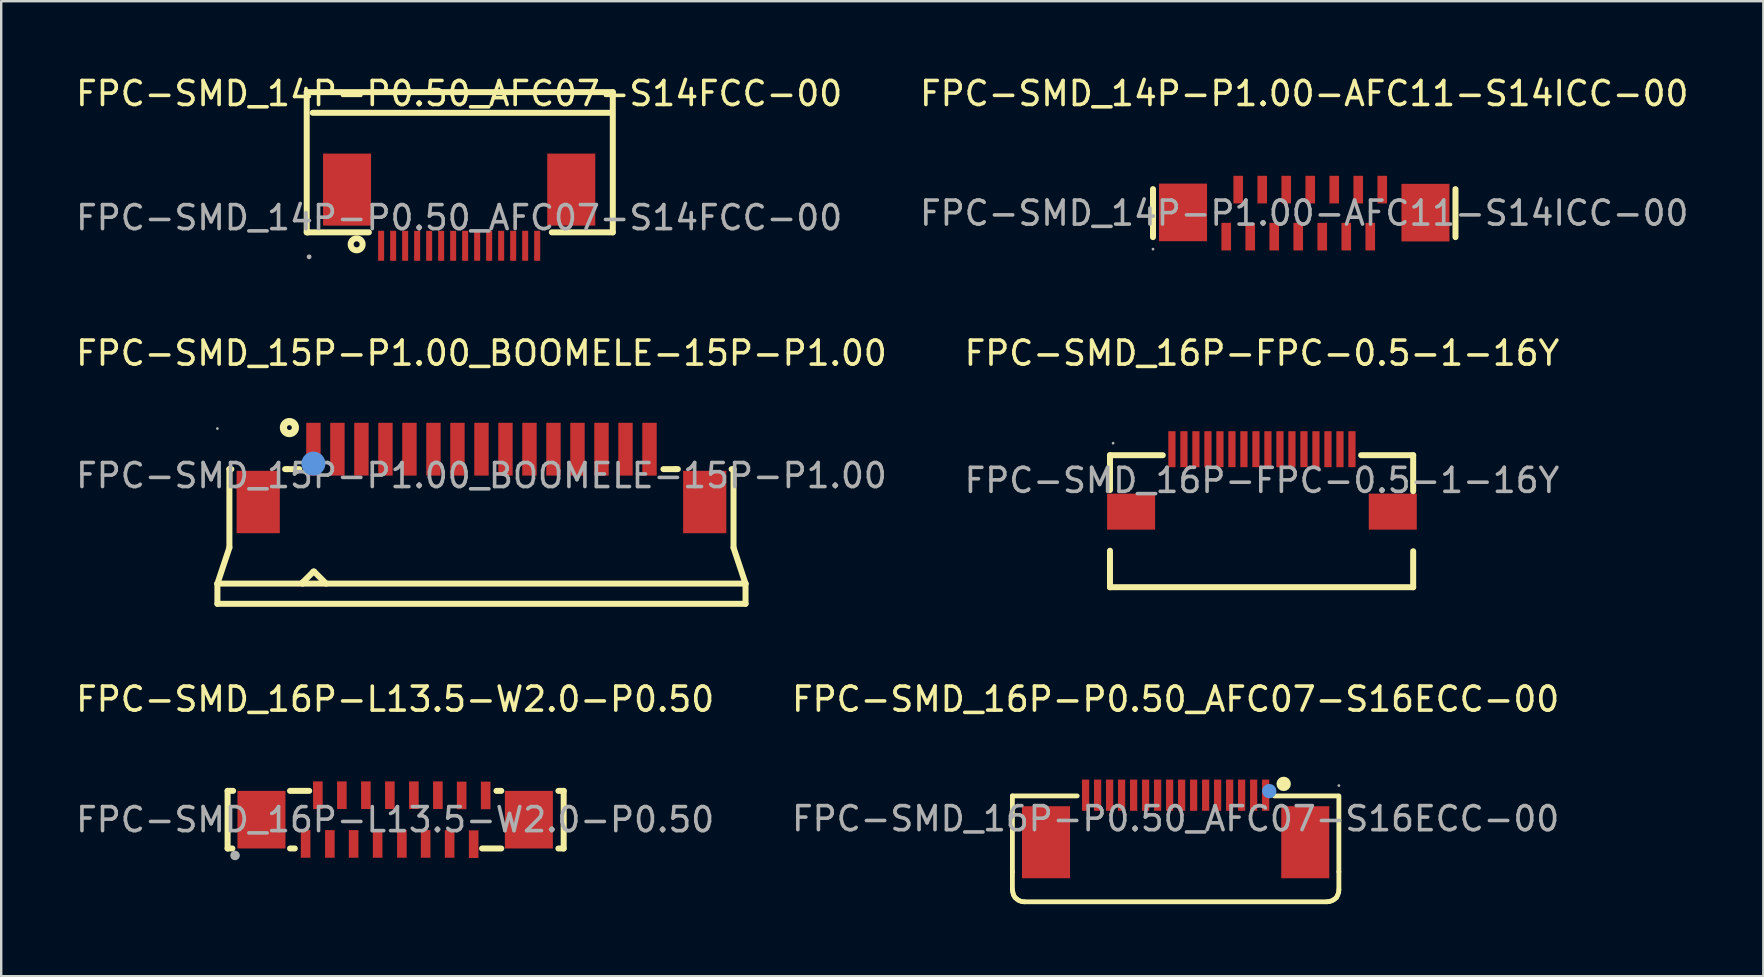
<source format=kicad_pcb>
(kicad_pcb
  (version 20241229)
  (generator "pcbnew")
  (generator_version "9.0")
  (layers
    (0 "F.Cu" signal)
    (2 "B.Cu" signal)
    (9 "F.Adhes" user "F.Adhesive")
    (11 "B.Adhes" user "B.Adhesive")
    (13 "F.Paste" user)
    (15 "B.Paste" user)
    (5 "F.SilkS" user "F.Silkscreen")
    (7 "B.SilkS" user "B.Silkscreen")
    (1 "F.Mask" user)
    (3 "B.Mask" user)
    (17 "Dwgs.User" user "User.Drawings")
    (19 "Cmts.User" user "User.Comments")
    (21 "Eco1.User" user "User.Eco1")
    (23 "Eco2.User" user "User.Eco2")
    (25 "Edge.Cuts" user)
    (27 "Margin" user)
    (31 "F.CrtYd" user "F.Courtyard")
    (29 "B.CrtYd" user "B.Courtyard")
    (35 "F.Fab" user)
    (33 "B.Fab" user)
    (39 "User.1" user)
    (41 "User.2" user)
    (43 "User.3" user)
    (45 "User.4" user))
  (footprint "FPC-SMD_16P-L13.5-W2.0-P0.50"
    (layer "F.Cu")
    (at 13.411 31.095)
    (property "Reference" "FPC-SMD_16P-L13.5-W2.0-P0.50" (at 0 -5.02 0) (layer "F.SilkS") (effects (font (size 1 1) (thickness 0.15))))
    (attr through_hole)
    (fp_line (start -6.98 -1.2) (end -6.75 -1.2) (stroke (width 0.25) (type solid)) (layer "F.SilkS"))
    (fp_line (start -6.98 1.2) (end -6.98 -1.2) (stroke (width 0.25) (type solid)) (layer "F.SilkS"))
    (fp_line (start -6.78 1.2) (end -6.98 1.2) (stroke (width 0.25) (type solid)) (layer "F.SilkS"))
    (fp_line (start -4.18 1.2) (end -4.38 1.2) (stroke (width 0.25) (type solid)) (layer "F.SilkS"))
    (fp_line (start -3.58 -1.2) (end -4.38 -1.2) (stroke (width 0.25) (type solid)) (layer "F.SilkS"))
    (fp_line (start 4.22 -1.2) (end 4.42 -1.2) (stroke (width 0.25) (type solid)) (layer "F.SilkS"))
    (fp_line (start 4.42 1.2) (end 3.62 1.2) (stroke (width 0.25) (type solid)) (layer "F.SilkS"))
    (fp_line (start 6.8 1.2) (end 7.02 1.2) (stroke (width 0.25) (type solid)) (layer "F.SilkS"))
    (fp_line (start 7.02 -1.2) (end 6.8 -1.2) (stroke (width 0.25) (type solid)) (layer "F.SilkS"))
    (fp_line (start 7.02 1.2) (end 7.02 -1.2) (stroke (width 0.25) (type solid)) (layer "F.SilkS"))
    (fp_circle (center -6.67 1.49) (end -6.57 1.49) (stroke (width 0.2) (type solid)) (fill no) (layer "F.Fab"))
    (fp_text user "${REFERENCE}" (at 0 0 0) (layer "F.Fab") (effects (font (size 1 1) (thickness 0.15))))
    (pad "1" smd rect (at -3.73 1.01) (size 0.4 1.15) (layers "F.Cu" "F.Mask" "F.Paste"))
    (pad "2" smd rect (at -3.22 -1.02) (size 0.4 1.15) (layers "F.Cu" "F.Mask" "F.Paste"))
    (pad "3" smd rect (at -2.72 1.01) (size 0.4 1.15) (layers "F.Cu" "F.Mask" "F.Paste"))
    (pad "4" smd rect (at -2.22 -1.02) (size 0.4 1.15) (layers "F.Cu" "F.Mask" "F.Paste"))
    (pad "5" smd rect (at -1.73 1.01) (size 0.4 1.15) (layers "F.Cu" "F.Mask" "F.Paste"))
    (pad "6" smd rect (at -1.22 -1.02) (size 0.4 1.15) (layers "F.Cu" "F.Mask" "F.Paste"))
    (pad "7" smd rect (at -0.73 1.01) (size 0.4 1.15) (layers "F.Cu" "F.Mask" "F.Paste"))
    (pad "8" smd rect (at -0.22 -1.02) (size 0.4 1.15) (layers "F.Cu" "F.Mask" "F.Paste"))
    (pad "9" smd rect (at 0.28 1.01) (size 0.4 1.15) (layers "F.Cu" "F.Mask" "F.Paste"))
    (pad "10" smd rect (at 0.78 -1.02) (size 0.4 1.15) (layers "F.Cu" "F.Mask" "F.Paste"))
    (pad "11" smd rect (at 1.27 1.01) (size 0.4 1.15) (layers "F.Cu" "F.Mask" "F.Paste"))
    (pad "12" smd rect (at 1.78 -1.02) (size 0.4 1.15) (layers "F.Cu" "F.Mask" "F.Paste"))
    (pad "13" smd rect (at 2.27 1.01) (size 0.4 1.15) (layers "F.Cu" "F.Mask" "F.Paste"))
    (pad "14" smd rect (at 2.77 -1.01) (size 0.4 1.15) (layers "F.Cu" "F.Mask" "F.Paste"))
    (pad "15" smd rect (at 3.27 1.02) (size 0.4 1.15) (layers "F.Cu" "F.Mask" "F.Paste"))
    (pad "16" smd rect (at 3.77 -1.01) (size 0.4 1.15) (layers "F.Cu" "F.Mask" "F.Paste"))
    (pad "17" smd rect (at 5.57 0) (size 2 2.4) (layers "F.Cu" "F.Mask" "F.Paste"))
    (pad "18" smd rect (at -5.57 0) (size 2 2.4) (layers "F.Cu" "F.Mask" "F.Paste")))
  (footprint "FPC-SMD_15P-P1.00_BOOMELE-15P-P1.00"
    (layer "F.Cu")
    (at 17.006 16.762)
    (property "Reference" "FPC-SMD_15P-P1.00_BOOMELE-15P-P1.00" (at 0 -5.1 0) (layer "F.SilkS") (effects (font (size 1 1) (thickness 0.15))))
    (attr through_hole)
    (fp_line (start -11 4.5) (end -10.5 3) (stroke (width 0.25) (type solid)) (layer "F.SilkS"))
    (fp_line (start -11 5.34) (end -11 4.5) (stroke (width 0.25) (type solid)) (layer "F.SilkS"))
    (fp_line (start -11 5.34) (end 11 5.34) (stroke (width 0.25) (type solid)) (layer "F.SilkS"))
    (fp_line (start -10.5 -0.27) (end -10.42 -0.27) (stroke (width 0.25) (type solid)) (layer "F.SilkS"))
    (fp_line (start -10.5 3) (end -10.5 -0.27) (stroke (width 0.25) (type solid)) (layer "F.SilkS"))
    (fp_line (start -8.18 -0.27) (end -8.09 -0.27) (stroke (width 0.25) (type solid)) (layer "F.SilkS"))
    (fp_line (start -8.09 -0.27) (end -7.59 -0.27) (stroke (width 0.25) (type solid)) (layer "F.SilkS"))
    (fp_line (start -7.45 4.45) (end -7 4) (stroke (width 0.25) (type solid)) (layer "F.SilkS"))
    (fp_line (start -7.45 4.5) (end -7.45 4.45) (stroke (width 0.25) (type solid)) (layer "F.SilkS"))
    (fp_line (start -7 4) (end -6.97 4) (stroke (width 0.25) (type solid)) (layer "F.SilkS"))
    (fp_line (start -6.97 4) (end -6.47 4.5) (stroke (width 0.25) (type solid)) (layer "F.SilkS"))
    (fp_line (start 7.58 -0.27) (end 8.08 -0.27) (stroke (width 0.25) (type solid)) (layer "F.SilkS"))
    (fp_line (start 8.18 -0.27) (end 8.08 -0.27) (stroke (width 0.25) (type solid)) (layer "F.SilkS"))
    (fp_line (start 10.5 -0.27) (end 10.42 -0.27) (stroke (width 0.25) (type solid)) (layer "F.SilkS"))
    (fp_line (start 10.5 3) (end 10.5 -0.27) (stroke (width 0.25) (type solid)) (layer "F.SilkS"))
    (fp_line (start 11 4.5) (end -11 4.5) (stroke (width 0.25) (type solid)) (layer "F.SilkS"))
    (fp_line (start 11 4.5) (end 10.5 3) (stroke (width 0.25) (type solid)) (layer "F.SilkS"))
    (fp_line (start 11 5.34) (end 11 4.5) (stroke (width 0.25) (type solid)) (layer "F.SilkS"))
    (fp_circle (center -8 -2) (end -7.75 -2) (stroke (width 0.3) (type solid)) (fill no) (layer "F.SilkS"))
    (fp_circle (center -7 -0.5) (end -6.75 -0.5) (stroke (width 0.5) (type solid)) (fill no) (layer "Cmts.User"))
    (fp_circle (center -11 -1.96) (end -10.97 -1.96) (stroke (width 0.06) (type solid)) (fill no) (layer "F.Fab"))
    (fp_text user "${REFERENCE}" (at 0 0 0) (layer "F.Fab") (effects (font (size 1 1) (thickness 0.15))))
    (pad "1" smd rect (at -7 -1.1 180) (size 0.6 2.2) (layers "F.Cu" "F.Mask" "F.Paste"))
    (pad "2" smd rect (at -6 -1.1 180) (size 0.6 2.2) (layers "F.Cu" "F.Mask" "F.Paste"))
    (pad "3" smd rect (at -5 -1.1 180) (size 0.6 2.2) (layers "F.Cu" "F.Mask" "F.Paste"))
    (pad "4" smd rect (at -4 -1.1 180) (size 0.6 2.2) (layers "F.Cu" "F.Mask" "F.Paste"))
    (pad "5" smd rect (at -3 -1.1 180) (size 0.6 2.2) (layers "F.Cu" "F.Mask" "F.Paste"))
    (pad "6" smd rect (at -2 -1.1 180) (size 0.6 2.2) (layers "F.Cu" "F.Mask" "F.Paste"))
    (pad "7" smd rect (at -1 -1.1 180) (size 0.6 2.2) (layers "F.Cu" "F.Mask" "F.Paste"))
    (pad "8" smd rect (at 0 -1.1 180) (size 0.6 2.2) (layers "F.Cu" "F.Mask" "F.Paste"))
    (pad "9" smd rect (at 1 -1.1 180) (size 0.6 2.2) (layers "F.Cu" "F.Mask" "F.Paste"))
    (pad "10" smd rect (at 2 -1.1 180) (size 0.6 2.2) (layers "F.Cu" "F.Mask" "F.Paste"))
    (pad "11" smd rect (at 3 -1.1 180) (size 0.6 2.2) (layers "F.Cu" "F.Mask" "F.Paste"))
    (pad "12" smd rect (at 4 -1.1 180) (size 0.6 2.2) (layers "F.Cu" "F.Mask" "F.Paste"))
    (pad "13" smd rect (at 5 -1.1 180) (size 0.6 2.2) (layers "F.Cu" "F.Mask" "F.Paste"))
    (pad "14" smd rect (at 6 -1.1 180) (size 0.6 2.2) (layers "F.Cu" "F.Mask" "F.Paste"))
    (pad "15" smd rect (at 7 -1.1 180) (size 0.6 2.2) (layers "F.Cu" "F.Mask" "F.Paste"))
    (pad "16" smd rect (at -9.3 1.1 270) (size 2.6 1.8) (layers "F.Cu" "F.Mask" "F.Paste"))
    (pad "17" smd rect (at 9.3 1.1 270) (size 2.6 1.8) (layers "F.Cu" "F.Mask" "F.Paste")))
  (footprint "FPC-SMD_14P-P0.50_AFC07-S14FCC-00"
    (layer "F.Cu")
    (at 16.077 6.018)
    (property "Reference" "FPC-SMD_14P-P0.50_AFC07-S14FCC-00" (at 0 -5.17 0) (layer "F.SilkS") (effects (font (size 1 1) (thickness 0.15))))
    (attr through_hole)
    (fp_line (start -6.35 -5.23) (end 6.4 -5.23) (stroke (width 0.25) (type solid)) (layer "F.SilkS"))
    (fp_line (start -6.35 0.61) (end -6.35 -5.23) (stroke (width 0.25) (type solid)) (layer "F.SilkS"))
    (fp_line (start -6.3 0.61) (end -6.35 0.61) (stroke (width 0.25) (type solid)) (layer "F.SilkS"))
    (fp_line (start -6.3 0.61) (end -3.76 0.61) (stroke (width 0.25) (type solid)) (layer "F.SilkS"))
    (fp_line (start -6.1 -4.37) (end 6.35 -4.37) (stroke (width 0.25) (type solid)) (layer "F.SilkS"))
    (fp_line (start 6.4 -5.23) (end 6.4 0.61) (stroke (width 0.25) (type solid)) (layer "F.SilkS"))
    (fp_line (start 6.4 0.61) (end 3.86 0.61) (stroke (width 0.25) (type solid)) (layer "F.SilkS"))
    (fp_circle (center -4.27 1.11) (end -4.02 1.11) (stroke (width 0.25) (type solid)) (fill no) (layer "F.SilkS"))
    (fp_circle (center -6.25 1.63) (end -6.2 1.63) (stroke (width 0.1) (type solid)) (fill no) (layer "F.Fab"))
    (fp_text user "${REFERENCE}" (at 0 0 0) (layer "F.Fab") (effects (font (size 1 1) (thickness 0.15))))
    (pad "1" smd rect (at -3.25 1.17) (size 0.25 1.25) (layers "F.Cu" "F.Mask" "F.Paste"))
    (pad "2" smd rect (at -2.75 1.17) (size 0.25 1.25) (layers "F.Cu" "F.Mask" "F.Paste"))
    (pad "3" smd rect (at -2.25 1.17) (size 0.25 1.25) (layers "F.Cu" "F.Mask" "F.Paste"))
    (pad "4" smd rect (at -1.75 1.17) (size 0.25 1.25) (layers "F.Cu" "F.Mask" "F.Paste"))
    (pad "5" smd rect (at -1.25 1.17) (size 0.25 1.25) (layers "F.Cu" "F.Mask" "F.Paste"))
    (pad "6" smd rect (at -0.75 1.17) (size 0.25 1.25) (layers "F.Cu" "F.Mask" "F.Paste"))
    (pad "7" smd rect (at -0.25 1.17) (size 0.25 1.25) (layers "F.Cu" "F.Mask" "F.Paste"))
    (pad "8" smd rect (at 0.25 1.17) (size 0.25 1.25) (layers "F.Cu" "F.Mask" "F.Paste"))
    (pad "9" smd rect (at 0.75 1.17) (size 0.25 1.25) (layers "F.Cu" "F.Mask" "F.Paste"))
    (pad "10" smd rect (at 1.25 1.17) (size 0.25 1.25) (layers "F.Cu" "F.Mask" "F.Paste"))
    (pad "11" smd rect (at 1.75 1.17) (size 0.25 1.25) (layers "F.Cu" "F.Mask" "F.Paste"))
    (pad "12" smd rect (at 2.25 1.17) (size 0.25 1.25) (layers "F.Cu" "F.Mask" "F.Paste"))
    (pad "13" smd rect (at 2.75 1.17) (size 0.25 1.25) (layers "F.Cu" "F.Mask" "F.Paste"))
    (pad "14" smd rect (at 3.25 1.17) (size 0.25 1.25) (layers "F.Cu" "F.Mask" "F.Paste"))
    (pad "15" smd rect (at 4.67 -1.17) (size 2 3) (layers "F.Cu" "F.Mask" "F.Paste"))
    (pad "16" smd rect (at -4.67 -1.17) (size 2 3) (layers "F.Cu" "F.Mask" "F.Paste")))
  (footprint "FPC-SMD_16P-FPC-0.5-1-16Y"
    (layer "F.Cu")
    (at 49.518 16.962)
    (property "Reference" "FPC-SMD_16P-FPC-0.5-1-16Y" (at 0 -5.3 0) (layer "F.SilkS") (effects (font (size 1 1) (thickness 0.15))))
    (attr through_hole)
    (fp_line (start -6.33 -1.05) (end -6.33 0.4) (stroke (width 0.25) (type solid)) (layer "F.SilkS"))
    (fp_line (start -6.33 2.93) (end -6.33 4.45) (stroke (width 0.25) (type solid)) (layer "F.SilkS"))
    (fp_line (start -6.33 4.45) (end 6.3 4.45) (stroke (width 0.25) (type solid)) (layer "F.SilkS"))
    (fp_line (start -4.13 -1.05) (end -6.33 -1.05) (stroke (width 0.25) (type solid)) (layer "F.SilkS"))
    (fp_line (start 4.13 -1.05) (end 6.3 -1.05) (stroke (width 0.25) (type solid)) (layer "F.SilkS"))
    (fp_line (start 6.3 -1.05) (end 6.3 0.45) (stroke (width 0.25) (type solid)) (layer "F.SilkS"))
    (fp_line (start 6.3 4.45) (end 6.3 2.95) (stroke (width 0.25) (type solid)) (layer "F.SilkS"))
    (fp_circle (center -6.2 -1.55) (end -6.17 -1.55) (stroke (width 0.06) (type solid)) (fill no) (layer "F.Fab"))
    (fp_text user "${REFERENCE}" (at 0 0 0) (layer "F.Fab") (effects (font (size 1 1) (thickness 0.15))))
    (pad "1" smd rect (at -3.75 -1.3) (size 0.3 1.5) (layers "F.Cu" "F.Mask" "F.Paste"))
    (pad "2" smd rect (at -3.25 -1.3) (size 0.3 1.5) (layers "F.Cu" "F.Mask" "F.Paste"))
    (pad "3" smd rect (at -2.75 -1.3) (size 0.3 1.5) (layers "F.Cu" "F.Mask" "F.Paste"))
    (pad "4" smd rect (at -2.25 -1.3) (size 0.3 1.5) (layers "F.Cu" "F.Mask" "F.Paste"))
    (pad "5" smd rect (at -1.75 -1.3) (size 0.3 1.5) (layers "F.Cu" "F.Mask" "F.Paste"))
    (pad "6" smd rect (at -1.25 -1.3) (size 0.3 1.5) (layers "F.Cu" "F.Mask" "F.Paste"))
    (pad "7" smd rect (at -0.75 -1.3) (size 0.3 1.5) (layers "F.Cu" "F.Mask" "F.Paste"))
    (pad "8" smd rect (at -0.25 -1.3) (size 0.3 1.5) (layers "F.Cu" "F.Mask" "F.Paste"))
    (pad "9" smd rect (at 0.25 -1.3) (size 0.3 1.5) (layers "F.Cu" "F.Mask" "F.Paste"))
    (pad "10" smd rect (at 0.75 -1.3) (size 0.3 1.5) (layers "F.Cu" "F.Mask" "F.Paste"))
    (pad "11" smd rect (at 1.25 -1.3) (size 0.3 1.5) (layers "F.Cu" "F.Mask" "F.Paste"))
    (pad "12" smd rect (at 1.75 -1.3) (size 0.3 1.5) (layers "F.Cu" "F.Mask" "F.Paste"))
    (pad "13" smd rect (at 2.25 -1.3) (size 0.3 1.5) (layers "F.Cu" "F.Mask" "F.Paste"))
    (pad "14" smd rect (at 2.75 -1.3) (size 0.3 1.5) (layers "F.Cu" "F.Mask" "F.Paste"))
    (pad "15" smd rect (at 3.25 -1.3) (size 0.3 1.5) (layers "F.Cu" "F.Mask" "F.Paste"))
    (pad "16" smd rect (at 3.75 -1.3) (size 0.3 1.5) (layers "F.Cu" "F.Mask" "F.Paste"))
    (pad "17" smd rect (at -5.45 1.3 90) (size 1.5 2) (layers "F.Cu" "F.Mask" "F.Paste"))
    (pad "18" smd rect (at 5.45 1.3 90) (size 1.5 2) (layers "F.Cu" "F.Mask" "F.Paste")))
  (footprint "FPC-SMD_16P-P0.50_AFC07-S16ECC-00"
    (layer "F.Cu")
    (at 45.923 31.055)
    (property "Reference" "FPC-SMD_16P-P0.50_AFC07-S16ECC-00" (at 0 -4.98 0) (layer "F.SilkS") (effects (font (size 1 1) (thickness 0.15))))
    (attr through_hole)
    (fp_line (start -6.8 -0.95) (end -4.1 -0.95) (stroke (width 0.2) (type solid)) (layer "F.SilkS"))
    (fp_line (start -6.8 2.21) (end -6.8 -0.95) (stroke (width 0.2) (type solid)) (layer "F.SilkS"))
    (fp_line (start -6.8 2.21) (end -6.8 2.96) (stroke (width 0.2) (type solid)) (layer "F.SilkS"))
    (fp_line (start -6.8 2.96) (end -6.78 3.07) (stroke (width 0.2) (type solid)) (layer "F.SilkS"))
    (fp_line (start -6.78 3.07) (end -6.75 3.18) (stroke (width 0.2) (type solid)) (layer "F.SilkS"))
    (fp_line (start -6.75 3.18) (end -6.69 3.28) (stroke (width 0.2) (type solid)) (layer "F.SilkS"))
    (fp_line (start -6.69 3.28) (end -6.61 3.35) (stroke (width 0.2) (type solid)) (layer "F.SilkS"))
    (fp_line (start -6.61 3.35) (end -6.52 3.41) (stroke (width 0.2) (type solid)) (layer "F.SilkS"))
    (fp_line (start -6.52 3.41) (end -6.41 3.45) (stroke (width 0.2) (type solid)) (layer "F.SilkS"))
    (fp_line (start -6.41 3.45) (end -6.3 3.46) (stroke (width 0.2) (type solid)) (layer "F.SilkS"))
    (fp_line (start 4.11 -0.95) (end 6.75 -0.95) (stroke (width 0.2) (type solid)) (layer "F.SilkS"))
    (fp_line (start 6.3 3.46) (end -6.3 3.46) (stroke (width 0.2) (type solid)) (layer "F.SilkS"))
    (fp_line (start 6.3 3.46) (end 6.41 3.45) (stroke (width 0.2) (type solid)) (layer "F.SilkS"))
    (fp_line (start 6.41 3.45) (end 6.52 3.41) (stroke (width 0.2) (type solid)) (layer "F.SilkS"))
    (fp_line (start 6.52 3.41) (end 6.62 3.35) (stroke (width 0.2) (type solid)) (layer "F.SilkS"))
    (fp_line (start 6.62 3.35) (end 6.7 3.28) (stroke (width 0.2) (type solid)) (layer "F.SilkS"))
    (fp_line (start 6.7 3.28) (end 6.75 3.18) (stroke (width 0.2) (type solid)) (layer "F.SilkS"))
    (fp_line (start 6.75 3.18) (end 6.79 3.07) (stroke (width 0.2) (type solid)) (layer "F.SilkS"))
    (fp_line (start 6.79 3.07) (end 6.8 2.96) (stroke (width 0.2) (type solid)) (layer "F.SilkS"))
    (fp_line (start 6.8 2.21) (end 6.8 -0.95) (stroke (width 0.2) (type solid)) (layer "F.SilkS"))
    (fp_line (start 6.8 2.96) (end 6.8 2.21) (stroke (width 0.2) (type solid)) (layer "F.SilkS"))
    (fp_arc (start 4.35 -1.46) (mid 4.65025 -1.445005) (end 4.349667 -1.449984) (stroke (width 0.3) (type solid)) (layer "F.SilkS"))
    (fp_circle (center 3.9 -1.15) (end 4.05 -1.15) (stroke (width 0.3) (type solid)) (fill no) (layer "Cmts.User"))
    (fp_circle (center 6.8 -1.38) (end 6.83 -1.38) (stroke (width 0.06) (type solid)) (fill no) (layer "F.Fab"))
    (fp_text user "${REFERENCE}" (at 0 0 0) (layer "F.Fab") (effects (font (size 1 1) (thickness 0.15))))
    (pad "1" smd rect (at 3.75 -0.98 180) (size 0.3 1.3) (layers "F.Cu" "F.Mask" "F.Paste"))
    (pad "2" smd rect (at 3.25 -0.98 180) (size 0.3 1.3) (layers "F.Cu" "F.Mask" "F.Paste"))
    (pad "3" smd rect (at 2.75 -0.98 180) (size 0.3 1.3) (layers "F.Cu" "F.Mask" "F.Paste"))
    (pad "4" smd rect (at 2.25 -0.98 180) (size 0.3 1.3) (layers "F.Cu" "F.Mask" "F.Paste"))
    (pad "5" smd rect (at 1.75 -0.98 180) (size 0.3 1.3) (layers "F.Cu" "F.Mask" "F.Paste"))
    (pad "6" smd rect (at 1.25 -0.98 180) (size 0.3 1.3) (layers "F.Cu" "F.Mask" "F.Paste"))
    (pad "7" smd rect (at 0.75 -0.98 180) (size 0.3 1.3) (layers "F.Cu" "F.Mask" "F.Paste"))
    (pad "8" smd rect (at 0.25 -0.98 180) (size 0.3 1.3) (layers "F.Cu" "F.Mask" "F.Paste"))
    (pad "9" smd rect (at -0.25 -0.98 180) (size 0.3 1.3) (layers "F.Cu" "F.Mask" "F.Paste"))
    (pad "10" smd rect (at -0.75 -0.98 180) (size 0.3 1.3) (layers "F.Cu" "F.Mask" "F.Paste"))
    (pad "11" smd rect (at -1.25 -0.98 180) (size 0.3 1.3) (layers "F.Cu" "F.Mask" "F.Paste"))
    (pad "12" smd rect (at -1.75 -0.98 180) (size 0.3 1.3) (layers "F.Cu" "F.Mask" "F.Paste"))
    (pad "13" smd rect (at -2.25 -0.98 180) (size 0.3 1.3) (layers "F.Cu" "F.Mask" "F.Paste"))
    (pad "14" smd rect (at -2.75 -0.98 180) (size 0.3 1.3) (layers "F.Cu" "F.Mask" "F.Paste"))
    (pad "15" smd rect (at -3.25 -0.98 180) (size 0.3 1.3) (layers "F.Cu" "F.Mask" "F.Paste"))
    (pad "16" smd rect (at -3.75 -0.98 180) (size 0.3 1.3) (layers "F.Cu" "F.Mask" "F.Paste"))
    (pad "17" smd rect (at -5.4 0.98) (size 2 3) (layers "F.Cu" "F.Mask" "F.Paste"))
    (pad "18" smd rect (at 5.4 0.98 180) (size 2 3) (layers "F.Cu" "F.Mask" "F.Paste")))
  (footprint "FPC-SMD_14P-P1.00-AFC11-S14ICC-00"
    (layer "F.Cu")
    (at 51.28 5.828)
    (property "Reference" "FPC-SMD_14P-P1.00-AFC11-S14ICC-00" (at 0 -4.98 0) (layer "F.SilkS") (effects (font (size 1 1) (thickness 0.15))))
    (attr through_hole)
    (fp_line (start -6.3 -1) (end -6.3 1) (stroke (width 0.25) (type solid)) (layer "F.SilkS"))
    (fp_line (start 6.3 -1) (end 6.3 1) (stroke (width 0.25) (type solid)) (layer "F.SilkS"))
    (fp_circle (center -6.3 1.5) (end -6.27 1.5) (stroke (width 0.06) (type solid)) (fill no) (layer "F.Fab"))
    (fp_text user "${REFERENCE}" (at 0 0 0) (layer "F.Fab") (effects (font (size 1 1) (thickness 0.15))))
    (pad "1" smd rect (at -3.25 0.98) (size 0.4 1.15) (layers "F.Cu" "F.Mask" "F.Paste"))
    (pad "2" smd rect (at -2.75 -0.98) (size 0.4 1.15) (layers "F.Cu" "F.Mask" "F.Paste"))
    (pad "3" smd rect (at -2.25 0.98) (size 0.4 1.15) (layers "F.Cu" "F.Mask" "F.Paste"))
    (pad "4" smd rect (at -1.75 -0.98) (size 0.4 1.15) (layers "F.Cu" "F.Mask" "F.Paste"))
    (pad "5" smd rect (at -1.25 0.98) (size 0.4 1.15) (layers "F.Cu" "F.Mask" "F.Paste"))
    (pad "6" smd rect (at -0.75 -0.98) (size 0.4 1.15) (layers "F.Cu" "F.Mask" "F.Paste"))
    (pad "7" smd rect (at -0.25 0.98) (size 0.4 1.15) (layers "F.Cu" "F.Mask" "F.Paste"))
    (pad "8" smd rect (at 0.25 -0.98) (size 0.4 1.15) (layers "F.Cu" "F.Mask" "F.Paste"))
    (pad "9" smd rect (at 0.75 0.98) (size 0.4 1.15) (layers "F.Cu" "F.Mask" "F.Paste"))
    (pad "10" smd rect (at 1.25 -0.98) (size 0.4 1.15) (layers "F.Cu" "F.Mask" "F.Paste"))
    (pad "11" smd rect (at 1.75 0.98) (size 0.4 1.15) (layers "F.Cu" "F.Mask" "F.Paste"))
    (pad "12" smd rect (at 2.25 -0.98) (size 0.4 1.15) (layers "F.Cu" "F.Mask" "F.Paste"))
    (pad "13" smd rect (at 2.75 0.98) (size 0.4 1.15) (layers "F.Cu" "F.Mask" "F.Paste"))
    (pad "14" smd rect (at 3.25 -0.98) (size 0.4 1.15) (layers "F.Cu" "F.Mask" "F.Paste"))
    (pad "15" smd rect (at 5.05 -0.02 90) (size 2.4 2) (layers "F.Cu" "F.Mask" "F.Paste"))
    (pad "16" smd rect (at -5.05 -0.03 90) (size 2.4 2) (layers "F.Cu" "F.Mask" "F.Paste")))
  (gr_rect
    (start -3 -3)
    (end 70.405 37.615)
    (stroke (width 0.1) (type default))
    (fill no)
    (layer "Edge.Cuts")))
</source>
